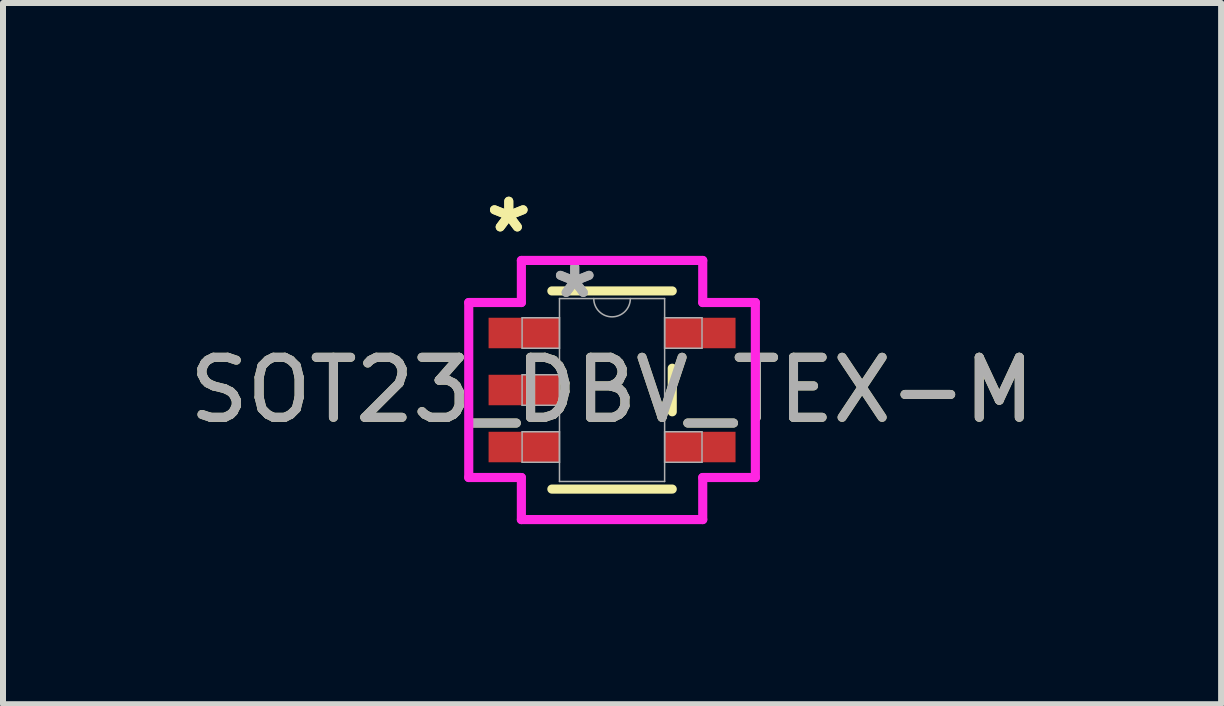
<source format=kicad_pcb>
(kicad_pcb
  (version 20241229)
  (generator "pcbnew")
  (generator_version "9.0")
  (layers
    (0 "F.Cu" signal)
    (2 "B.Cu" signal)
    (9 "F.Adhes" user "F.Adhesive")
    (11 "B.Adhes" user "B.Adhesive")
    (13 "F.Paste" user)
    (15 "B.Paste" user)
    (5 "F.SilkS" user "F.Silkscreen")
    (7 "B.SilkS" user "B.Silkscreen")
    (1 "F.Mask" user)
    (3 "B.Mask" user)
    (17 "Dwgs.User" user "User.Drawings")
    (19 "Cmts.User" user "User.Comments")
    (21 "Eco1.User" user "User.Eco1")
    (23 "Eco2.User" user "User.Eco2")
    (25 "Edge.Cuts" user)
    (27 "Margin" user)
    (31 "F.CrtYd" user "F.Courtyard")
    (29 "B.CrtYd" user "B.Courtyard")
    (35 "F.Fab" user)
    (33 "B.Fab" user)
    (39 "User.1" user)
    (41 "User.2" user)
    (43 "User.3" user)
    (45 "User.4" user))
  (footprint "SOT23_DBV_TEX-M"
    (layer "F.Cu")
    (at 7.149 3.449)
    (property "Reference" "SOT23_DBV_TEX-M" (at 0 0 0) (unlocked yes) (layer "F.SilkS") (effects (font (size 1 1) (thickness 0.15))))
    (attr smd)
    (fp_line (start -1.003 1.651) (end 1.003 1.651) (stroke (width 0.152) (type solid)) (layer "F.SilkS"))
    (fp_line (start 1.003 -1.651) (end -1.003 -1.651) (stroke (width 0.152) (type solid)) (layer "F.SilkS"))
    (fp_line (start 1.003 0.363) (end 1.003 -0.363) (stroke (width 0.152) (type solid)) (layer "F.SilkS"))
    (fp_line (start -2.388 -1.458) (end -1.511 -1.458) (stroke (width 0.152) (type solid)) (layer "F.CrtYd"))
    (fp_line (start -2.388 1.458) (end -2.388 -1.458) (stroke (width 0.152) (type solid)) (layer "F.CrtYd"))
    (fp_line (start -1.511 -2.159) (end 1.511 -2.159) (stroke (width 0.152) (type solid)) (layer "F.CrtYd"))
    (fp_line (start -1.511 -1.458) (end -1.511 -2.159) (stroke (width 0.152) (type solid)) (layer "F.CrtYd"))
    (fp_line (start -1.511 1.458) (end -2.388 1.458) (stroke (width 0.152) (type solid)) (layer "F.CrtYd"))
    (fp_line (start -1.511 2.159) (end -1.511 1.458) (stroke (width 0.152) (type solid)) (layer "F.CrtYd"))
    (fp_line (start 1.511 -2.159) (end 1.511 -1.458) (stroke (width 0.152) (type solid)) (layer "F.CrtYd"))
    (fp_line (start 1.511 -1.458) (end 2.388 -1.458) (stroke (width 0.152) (type solid)) (layer "F.CrtYd"))
    (fp_line (start 1.511 1.458) (end 1.511 2.159) (stroke (width 0.152) (type solid)) (layer "F.CrtYd"))
    (fp_line (start 1.511 2.159) (end -1.511 2.159) (stroke (width 0.152) (type solid)) (layer "F.CrtYd"))
    (fp_line (start 2.388 -1.458) (end 2.388 1.458) (stroke (width 0.152) (type solid)) (layer "F.CrtYd"))
    (fp_line (start 2.388 1.458) (end 1.511 1.458) (stroke (width 0.152) (type solid)) (layer "F.CrtYd"))
    (fp_line (start -1.499 -1.204) (end -1.499 -0.696) (stroke (width 0.025) (type solid)) (layer "F.Fab"))
    (fp_line (start -1.499 -0.696) (end -0.876 -0.696) (stroke (width 0.025) (type solid)) (layer "F.Fab"))
    (fp_line (start -1.499 -0.254) (end -1.499 0.254) (stroke (width 0.025) (type solid)) (layer "F.Fab"))
    (fp_line (start -1.499 0.254) (end -0.876 0.254) (stroke (width 0.025) (type solid)) (layer "F.Fab"))
    (fp_line (start -1.499 0.696) (end -1.499 1.204) (stroke (width 0.025) (type solid)) (layer "F.Fab"))
    (fp_line (start -1.499 1.204) (end -0.876 1.204) (stroke (width 0.025) (type solid)) (layer "F.Fab"))
    (fp_line (start -0.876 -1.524) (end -0.876 1.524) (stroke (width 0.025) (type solid)) (layer "F.Fab"))
    (fp_line (start -0.876 -1.204) (end -1.499 -1.204) (stroke (width 0.025) (type solid)) (layer "F.Fab"))
    (fp_line (start -0.876 -0.696) (end -0.876 -1.204) (stroke (width 0.025) (type solid)) (layer "F.Fab"))
    (fp_line (start -0.876 -0.254) (end -1.499 -0.254) (stroke (width 0.025) (type solid)) (layer "F.Fab"))
    (fp_line (start -0.876 0.254) (end -0.876 -0.254) (stroke (width 0.025) (type solid)) (layer "F.Fab"))
    (fp_line (start -0.876 0.696) (end -1.499 0.696) (stroke (width 0.025) (type solid)) (layer "F.Fab"))
    (fp_line (start -0.876 1.204) (end -0.876 0.696) (stroke (width 0.025) (type solid)) (layer "F.Fab"))
    (fp_line (start -0.876 1.524) (end 0.876 1.524) (stroke (width 0.025) (type solid)) (layer "F.Fab"))
    (fp_line (start 0.876 -1.524) (end -0.876 -1.524) (stroke (width 0.025) (type solid)) (layer "F.Fab"))
    (fp_line (start 0.876 -1.204) (end 0.876 -0.696) (stroke (width 0.025) (type solid)) (layer "F.Fab"))
    (fp_line (start 0.876 -0.696) (end 1.499 -0.696) (stroke (width 0.025) (type solid)) (layer "F.Fab"))
    (fp_line (start 0.876 0.696) (end 0.876 1.204) (stroke (width 0.025) (type solid)) (layer "F.Fab"))
    (fp_line (start 0.876 1.204) (end 1.499 1.204) (stroke (width 0.025) (type solid)) (layer "F.Fab"))
    (fp_line (start 0.876 1.524) (end 0.876 -1.524) (stroke (width 0.025) (type solid)) (layer "F.Fab"))
    (fp_line (start 1.499 -1.204) (end 0.876 -1.204) (stroke (width 0.025) (type solid)) (layer "F.Fab"))
    (fp_line (start 1.499 -0.696) (end 1.499 -1.204) (stroke (width 0.025) (type solid)) (layer "F.Fab"))
    (fp_line (start 1.499 0.696) (end 0.876 0.696) (stroke (width 0.025) (type solid)) (layer "F.Fab"))
    (fp_line (start 1.499 1.204) (end 1.499 0.696) (stroke (width 0.025) (type solid)) (layer "F.Fab"))
    (fp_arc (start 0.3048 -1.524) (mid 0 -1.2192) (end -0.3048 -1.524) (stroke (width 0.0254) (type solid)) (layer "F.Fab"))
    (fp_text user "*" (at -1.721 -2.601 0) (unlocked yes) (layer "F.SilkS") (effects (font (size 1 1) (thickness 0.15))))
    (fp_text user "*" (at -1.721 -2.601 0) (layer "F.SilkS") (effects (font (size 1 1) (thickness 0.15))))
    (fp_text user "*" (at -0.622 -1.509 0) (layer "F.Fab") (effects (font (size 1 1) (thickness 0.15))))
    (fp_text user "*" (at -0.622 -1.509 0) (unlocked yes) (layer "F.Fab") (effects (font (size 1 1) (thickness 0.15))))
    (fp_text user "${REFERENCE}" (at 0 0 0) (unlocked yes) (layer "F.Fab") (effects (font (size 1 1) (thickness 0.15))))
    (pad "1" smd rect (at -1.467 -0.95) (size 1.181 0.508) (layers "F.Cu" "F.Mask" "F.Paste"))
    (pad "2" smd rect (at -1.467 0) (size 1.181 0.508) (layers "F.Cu" "F.Mask" "F.Paste"))
    (pad "3" smd rect (at -1.467 0.95) (size 1.181 0.508) (layers "F.Cu" "F.Mask" "F.Paste"))
    (pad "4" smd rect (at 1.467 0.95) (size 1.181 0.508) (layers "F.Cu" "F.Mask" "F.Paste"))
    (pad "5" smd rect (at 1.467 -0.95) (size 1.181 0.508) (layers "F.Cu" "F.Mask" "F.Paste")))
  (gr_rect
    (start -3 -3)
    (end 17.298 8.684)
    (stroke (width 0.1) (type default))
    (fill no)
    (layer "Edge.Cuts")))
</source>
